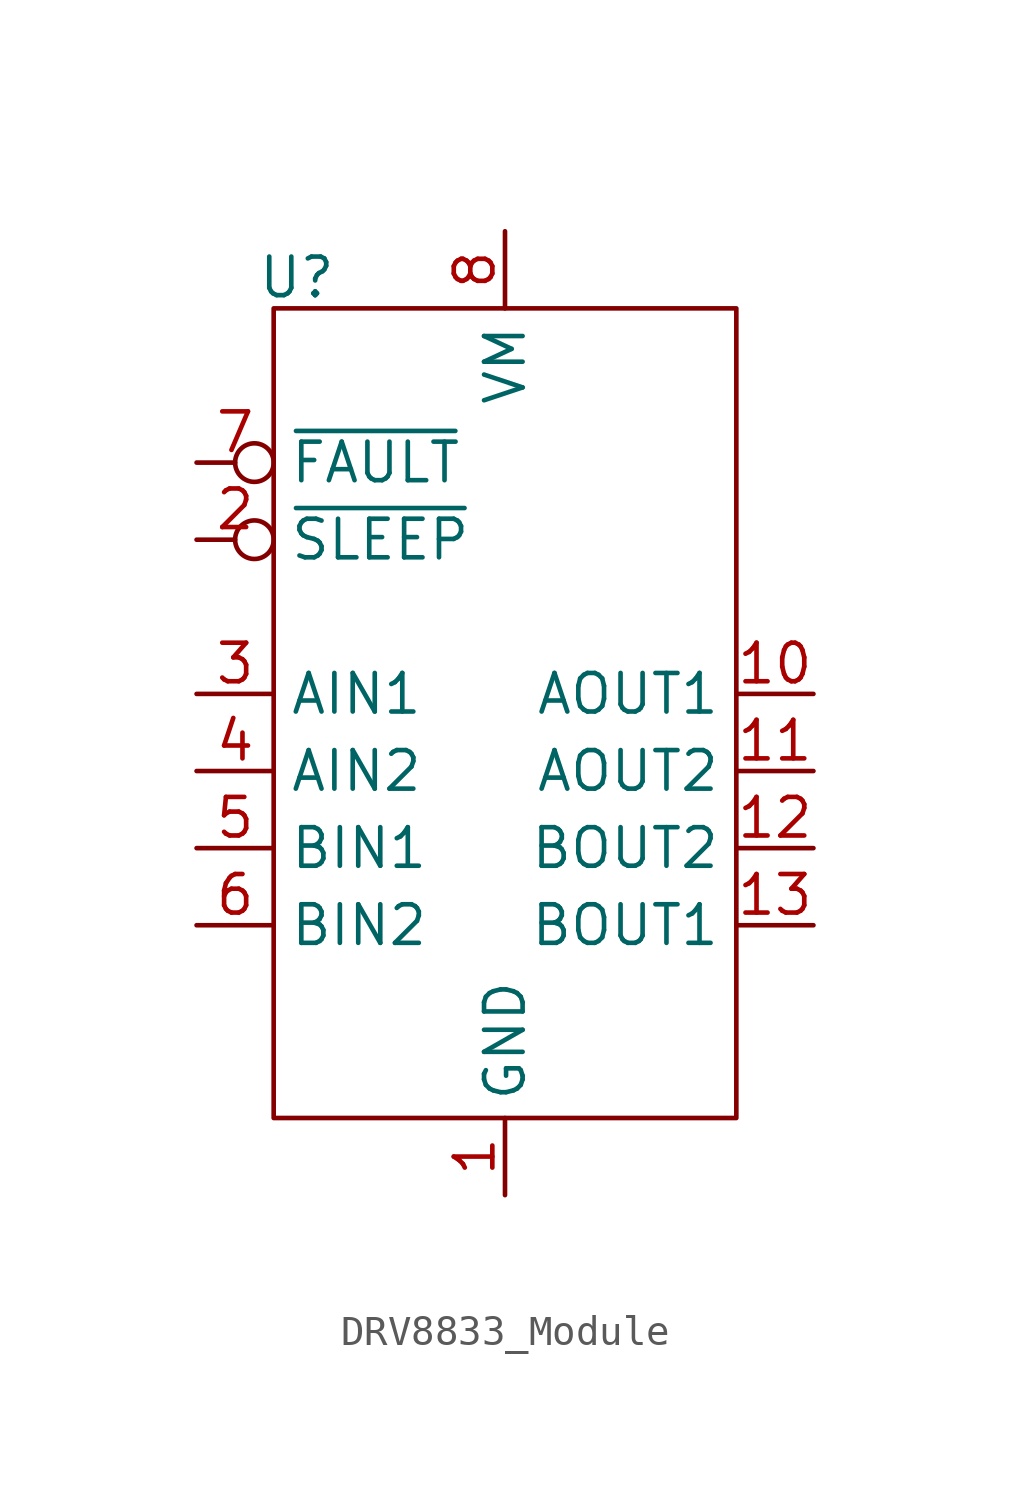
<source format=kicad_sym>
(kicad_symbol_lib
  (version 20231120)
  (generator "kicad_symbol_editor")
  (generator_version "8.0")
  (symbol "DRV8833_Module"
    (property "Reference" "U"
      (at -6.858 12.446 0)
      (effects (font (size 1.27 1.27))))
    (symbol "DRV8833_Module_0_1"
      (rectangle (start -7.62 11.43) (end 7.62 -15.24) (stroke (width 0) (type default)) (fill (type none))))
    (symbol "DRV8833_Module_1_1"
      (pin power_in line (at 0 -17.78 90) (length 2.54) (name "GND" (effects (font (size 1.27 1.27)))) (number "1" (effects (font (size 1.27 1.27)))))
      (pin power_out line (at 10.16 -1.27 180) (length 2.54) (name "AOUT1" (effects (font (size 1.27 1.27)))) (number "10" (effects (font (size 1.27 1.27)))))
      (pin power_out line (at 10.16 -3.81 180) (length 2.54) (name "AOUT2" (effects (font (size 1.27 1.27)))) (number "11" (effects (font (size 1.27 1.27)))))
      (pin power_out line (at 10.16 -6.35 180) (length 2.54) (name "BOUT2" (effects (font (size 1.27 1.27)))) (number "12" (effects (font (size 1.27 1.27)))))
      (pin power_out line (at 10.16 -8.89 180) (length 2.54) (name "BOUT1" (effects (font (size 1.27 1.27)))) (number "13" (effects (font (size 1.27 1.27)))))
      (pin input inverted (at -10.16 3.81 0) (length 2.54) (name "~{SLEEP}" (effects (font (size 1.27 1.27)))) (number "2" (effects (font (size 1.27 1.27)))))
      (pin input line (at -10.16 -1.27 0) (length 2.54) (name "AIN1" (effects (font (size 1.27 1.27)))) (number "3" (effects (font (size 1.27 1.27)))))
      (pin input line (at -10.16 -3.81 0) (length 2.54) (name "AIN2" (effects (font (size 1.27 1.27)))) (number "4" (effects (font (size 1.27 1.27)))))
      (pin input line (at -10.16 -6.35 0) (length 2.54) (name "BIN1" (effects (font (size 1.27 1.27)))) (number "5" (effects (font (size 1.27 1.27)))))
      (pin input line (at -10.16 -8.89 0) (length 2.54) (name "BIN2" (effects (font (size 1.27 1.27)))) (number "6" (effects (font (size 1.27 1.27)))))
      (pin output inverted (at -10.16 6.35 0) (length 2.54) (name "~{FAULT}" (effects (font (size 1.27 1.27)))) (number "7" (effects (font (size 1.27 1.27)))))
      (pin power_in line (at 0 13.97 270) (length 2.54) (name "VM" (effects (font (size 1.27 1.27)))) (number "8" (effects (font (size 1.27 1.27))))))))
</source>
